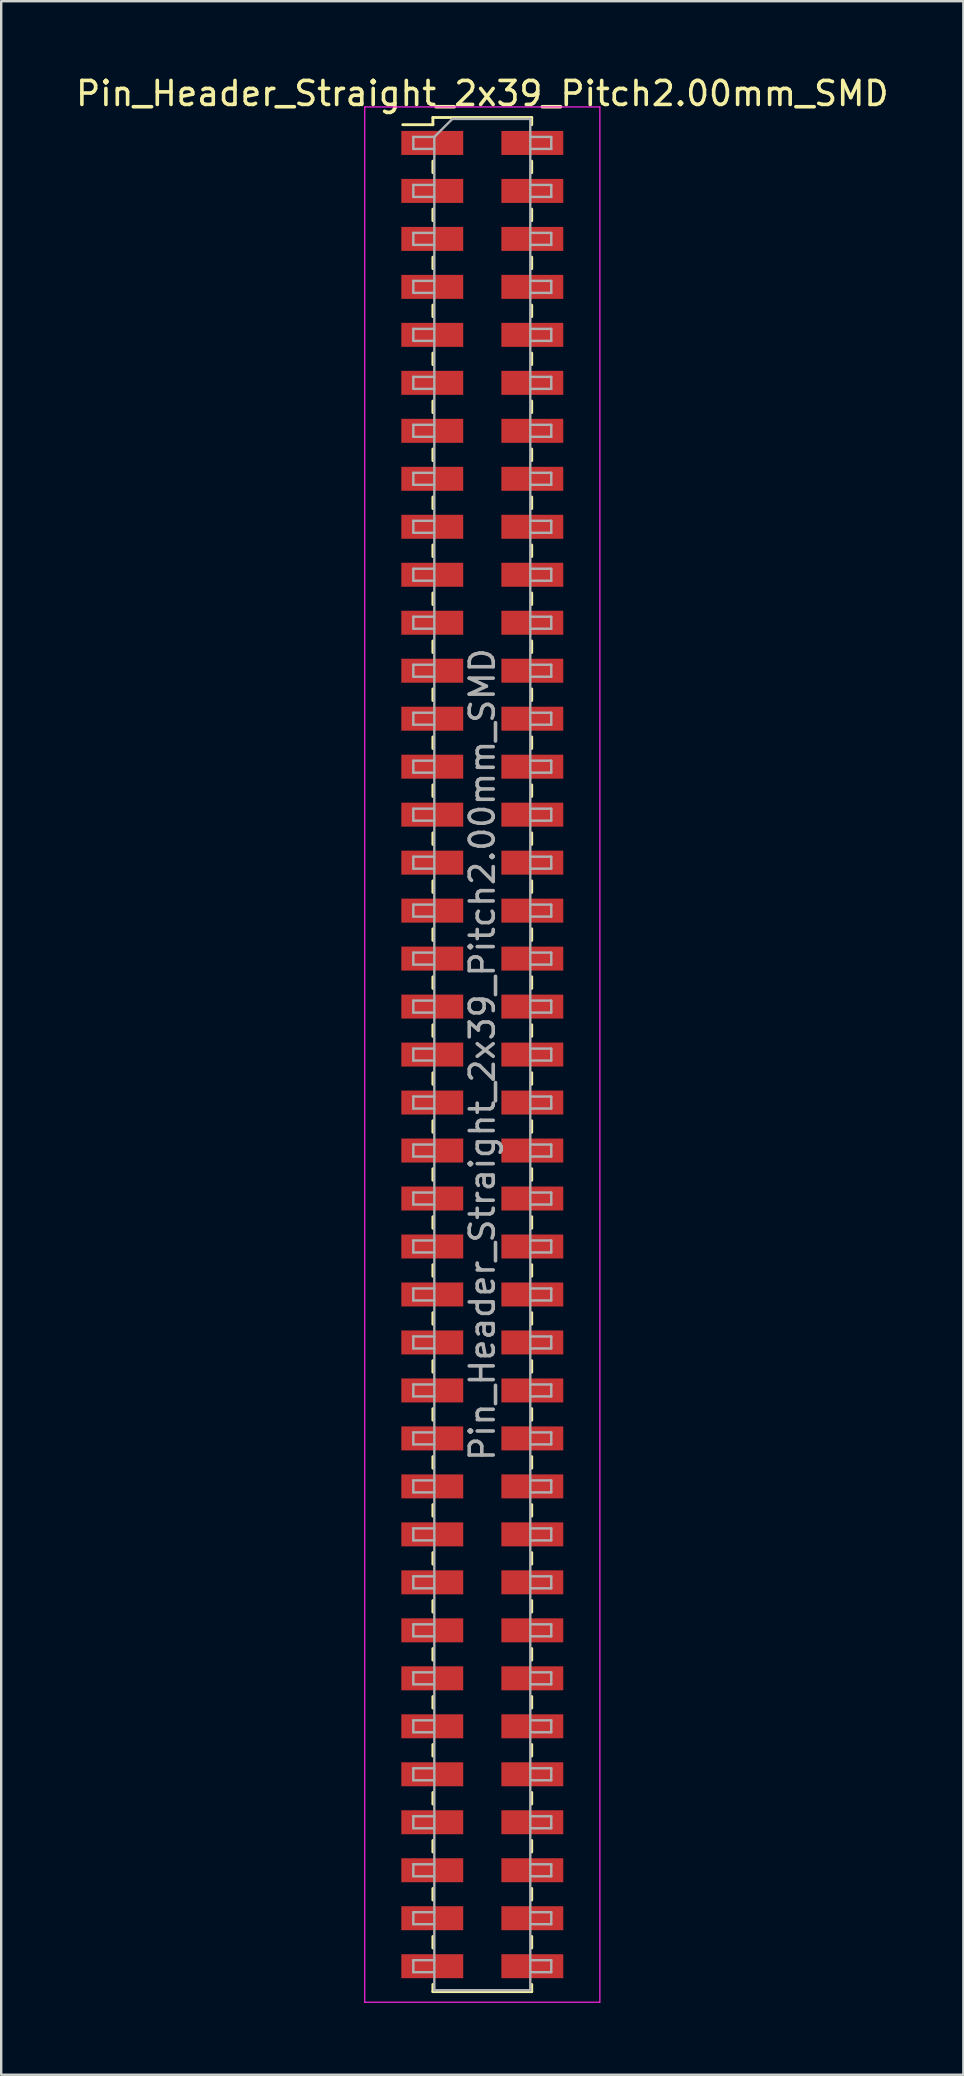
<source format=kicad_pcb>
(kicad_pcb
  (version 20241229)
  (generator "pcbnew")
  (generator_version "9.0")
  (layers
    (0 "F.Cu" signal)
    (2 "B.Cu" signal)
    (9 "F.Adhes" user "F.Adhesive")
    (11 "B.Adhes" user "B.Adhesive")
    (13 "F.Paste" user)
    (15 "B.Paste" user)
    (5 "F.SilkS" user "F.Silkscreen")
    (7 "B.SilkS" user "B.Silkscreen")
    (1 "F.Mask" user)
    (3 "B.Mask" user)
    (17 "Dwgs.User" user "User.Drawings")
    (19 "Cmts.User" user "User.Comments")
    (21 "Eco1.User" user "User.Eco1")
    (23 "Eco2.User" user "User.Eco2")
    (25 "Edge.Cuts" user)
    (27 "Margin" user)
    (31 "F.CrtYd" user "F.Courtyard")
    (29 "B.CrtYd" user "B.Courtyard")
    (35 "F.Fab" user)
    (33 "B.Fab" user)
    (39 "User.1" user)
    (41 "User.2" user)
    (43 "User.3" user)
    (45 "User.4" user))
  (footprint "Pin_Header_Straight_2x39_Pitch2.00mm_SMD"
    (layer "F.Cu")
    (at 17.054 40.908)
    (property "Reference" "Pin_Header_Straight_2x39_Pitch2.00mm_SMD" (at 0 -40.06 0) (layer "F.SilkS") (effects (font (size 1 1) (thickness 0.15))))
    (attr smd)
    (fp_line (start -3.315 -38.76) (end -2.06 -38.76) (stroke (width 0.12) (type solid)) (layer "F.SilkS"))
    (fp_line (start -2.06 -39.06) (end -2.06 -38.76) (stroke (width 0.12) (type solid)) (layer "F.SilkS"))
    (fp_line (start -2.06 -39.06) (end 2.06 -39.06) (stroke (width 0.12) (type solid)) (layer "F.SilkS"))
    (fp_line (start -2.06 -37.24) (end -2.06 -36.76) (stroke (width 0.12) (type solid)) (layer "F.SilkS"))
    (fp_line (start -2.06 -35.24) (end -2.06 -34.76) (stroke (width 0.12) (type solid)) (layer "F.SilkS"))
    (fp_line (start -2.06 -33.24) (end -2.06 -32.76) (stroke (width 0.12) (type solid)) (layer "F.SilkS"))
    (fp_line (start -2.06 -31.24) (end -2.06 -30.76) (stroke (width 0.12) (type solid)) (layer "F.SilkS"))
    (fp_line (start -2.06 -29.24) (end -2.06 -28.76) (stroke (width 0.12) (type solid)) (layer "F.SilkS"))
    (fp_line (start -2.06 -27.24) (end -2.06 -26.76) (stroke (width 0.12) (type solid)) (layer "F.SilkS"))
    (fp_line (start -2.06 -25.24) (end -2.06 -24.76) (stroke (width 0.12) (type solid)) (layer "F.SilkS"))
    (fp_line (start -2.06 -23.24) (end -2.06 -22.76) (stroke (width 0.12) (type solid)) (layer "F.SilkS"))
    (fp_line (start -2.06 -21.24) (end -2.06 -20.76) (stroke (width 0.12) (type solid)) (layer "F.SilkS"))
    (fp_line (start -2.06 -19.24) (end -2.06 -18.76) (stroke (width 0.12) (type solid)) (layer "F.SilkS"))
    (fp_line (start -2.06 -17.24) (end -2.06 -16.76) (stroke (width 0.12) (type solid)) (layer "F.SilkS"))
    (fp_line (start -2.06 -15.24) (end -2.06 -14.76) (stroke (width 0.12) (type solid)) (layer "F.SilkS"))
    (fp_line (start -2.06 -13.24) (end -2.06 -12.76) (stroke (width 0.12) (type solid)) (layer "F.SilkS"))
    (fp_line (start -2.06 -11.24) (end -2.06 -10.76) (stroke (width 0.12) (type solid)) (layer "F.SilkS"))
    (fp_line (start -2.06 -9.24) (end -2.06 -8.76) (stroke (width 0.12) (type solid)) (layer "F.SilkS"))
    (fp_line (start -2.06 -7.24) (end -2.06 -6.76) (stroke (width 0.12) (type solid)) (layer "F.SilkS"))
    (fp_line (start -2.06 -5.24) (end -2.06 -4.76) (stroke (width 0.12) (type solid)) (layer "F.SilkS"))
    (fp_line (start -2.06 -3.24) (end -2.06 -2.76) (stroke (width 0.12) (type solid)) (layer "F.SilkS"))
    (fp_line (start -2.06 -1.24) (end -2.06 -0.76) (stroke (width 0.12) (type solid)) (layer "F.SilkS"))
    (fp_line (start -2.06 0.76) (end -2.06 1.24) (stroke (width 0.12) (type solid)) (layer "F.SilkS"))
    (fp_line (start -2.06 2.76) (end -2.06 3.24) (stroke (width 0.12) (type solid)) (layer "F.SilkS"))
    (fp_line (start -2.06 4.76) (end -2.06 5.24) (stroke (width 0.12) (type solid)) (layer "F.SilkS"))
    (fp_line (start -2.06 6.76) (end -2.06 7.24) (stroke (width 0.12) (type solid)) (layer "F.SilkS"))
    (fp_line (start -2.06 8.76) (end -2.06 9.24) (stroke (width 0.12) (type solid)) (layer "F.SilkS"))
    (fp_line (start -2.06 10.76) (end -2.06 11.24) (stroke (width 0.12) (type solid)) (layer "F.SilkS"))
    (fp_line (start -2.06 12.76) (end -2.06 13.24) (stroke (width 0.12) (type solid)) (layer "F.SilkS"))
    (fp_line (start -2.06 14.76) (end -2.06 15.24) (stroke (width 0.12) (type solid)) (layer "F.SilkS"))
    (fp_line (start -2.06 16.76) (end -2.06 17.24) (stroke (width 0.12) (type solid)) (layer "F.SilkS"))
    (fp_line (start -2.06 18.76) (end -2.06 19.24) (stroke (width 0.12) (type solid)) (layer "F.SilkS"))
    (fp_line (start -2.06 20.76) (end -2.06 21.24) (stroke (width 0.12) (type solid)) (layer "F.SilkS"))
    (fp_line (start -2.06 22.76) (end -2.06 23.24) (stroke (width 0.12) (type solid)) (layer "F.SilkS"))
    (fp_line (start -2.06 24.76) (end -2.06 25.24) (stroke (width 0.12) (type solid)) (layer "F.SilkS"))
    (fp_line (start -2.06 26.76) (end -2.06 27.24) (stroke (width 0.12) (type solid)) (layer "F.SilkS"))
    (fp_line (start -2.06 28.76) (end -2.06 29.24) (stroke (width 0.12) (type solid)) (layer "F.SilkS"))
    (fp_line (start -2.06 30.76) (end -2.06 31.24) (stroke (width 0.12) (type solid)) (layer "F.SilkS"))
    (fp_line (start -2.06 32.76) (end -2.06 33.24) (stroke (width 0.12) (type solid)) (layer "F.SilkS"))
    (fp_line (start -2.06 34.76) (end -2.06 35.24) (stroke (width 0.12) (type solid)) (layer "F.SilkS"))
    (fp_line (start -2.06 36.76) (end -2.06 37.24) (stroke (width 0.12) (type solid)) (layer "F.SilkS"))
    (fp_line (start -2.06 38.76) (end -2.06 39.06) (stroke (width 0.12) (type solid)) (layer "F.SilkS"))
    (fp_line (start -2.06 39.06) (end 2.06 39.06) (stroke (width 0.12) (type solid)) (layer "F.SilkS"))
    (fp_line (start 2.06 -39.06) (end 2.06 -38.76) (stroke (width 0.12) (type solid)) (layer "F.SilkS"))
    (fp_line (start 2.06 -37.24) (end 2.06 -36.76) (stroke (width 0.12) (type solid)) (layer "F.SilkS"))
    (fp_line (start 2.06 -35.24) (end 2.06 -34.76) (stroke (width 0.12) (type solid)) (layer "F.SilkS"))
    (fp_line (start 2.06 -33.24) (end 2.06 -32.76) (stroke (width 0.12) (type solid)) (layer "F.SilkS"))
    (fp_line (start 2.06 -31.24) (end 2.06 -30.76) (stroke (width 0.12) (type solid)) (layer "F.SilkS"))
    (fp_line (start 2.06 -29.24) (end 2.06 -28.76) (stroke (width 0.12) (type solid)) (layer "F.SilkS"))
    (fp_line (start 2.06 -27.24) (end 2.06 -26.76) (stroke (width 0.12) (type solid)) (layer "F.SilkS"))
    (fp_line (start 2.06 -25.24) (end 2.06 -24.76) (stroke (width 0.12) (type solid)) (layer "F.SilkS"))
    (fp_line (start 2.06 -23.24) (end 2.06 -22.76) (stroke (width 0.12) (type solid)) (layer "F.SilkS"))
    (fp_line (start 2.06 -21.24) (end 2.06 -20.76) (stroke (width 0.12) (type solid)) (layer "F.SilkS"))
    (fp_line (start 2.06 -19.24) (end 2.06 -18.76) (stroke (width 0.12) (type solid)) (layer "F.SilkS"))
    (fp_line (start 2.06 -17.24) (end 2.06 -16.76) (stroke (width 0.12) (type solid)) (layer "F.SilkS"))
    (fp_line (start 2.06 -15.24) (end 2.06 -14.76) (stroke (width 0.12) (type solid)) (layer "F.SilkS"))
    (fp_line (start 2.06 -13.24) (end 2.06 -12.76) (stroke (width 0.12) (type solid)) (layer "F.SilkS"))
    (fp_line (start 2.06 -11.24) (end 2.06 -10.76) (stroke (width 0.12) (type solid)) (layer "F.SilkS"))
    (fp_line (start 2.06 -9.24) (end 2.06 -8.76) (stroke (width 0.12) (type solid)) (layer "F.SilkS"))
    (fp_line (start 2.06 -7.24) (end 2.06 -6.76) (stroke (width 0.12) (type solid)) (layer "F.SilkS"))
    (fp_line (start 2.06 -5.24) (end 2.06 -4.76) (stroke (width 0.12) (type solid)) (layer "F.SilkS"))
    (fp_line (start 2.06 -3.24) (end 2.06 -2.76) (stroke (width 0.12) (type solid)) (layer "F.SilkS"))
    (fp_line (start 2.06 -1.24) (end 2.06 -0.76) (stroke (width 0.12) (type solid)) (layer "F.SilkS"))
    (fp_line (start 2.06 0.76) (end 2.06 1.24) (stroke (width 0.12) (type solid)) (layer "F.SilkS"))
    (fp_line (start 2.06 2.76) (end 2.06 3.24) (stroke (width 0.12) (type solid)) (layer "F.SilkS"))
    (fp_line (start 2.06 4.76) (end 2.06 5.24) (stroke (width 0.12) (type solid)) (layer "F.SilkS"))
    (fp_line (start 2.06 6.76) (end 2.06 7.24) (stroke (width 0.12) (type solid)) (layer "F.SilkS"))
    (fp_line (start 2.06 8.76) (end 2.06 9.24) (stroke (width 0.12) (type solid)) (layer "F.SilkS"))
    (fp_line (start 2.06 10.76) (end 2.06 11.24) (stroke (width 0.12) (type solid)) (layer "F.SilkS"))
    (fp_line (start 2.06 12.76) (end 2.06 13.24) (stroke (width 0.12) (type solid)) (layer "F.SilkS"))
    (fp_line (start 2.06 14.76) (end 2.06 15.24) (stroke (width 0.12) (type solid)) (layer "F.SilkS"))
    (fp_line (start 2.06 16.76) (end 2.06 17.24) (stroke (width 0.12) (type solid)) (layer "F.SilkS"))
    (fp_line (start 2.06 18.76) (end 2.06 19.24) (stroke (width 0.12) (type solid)) (layer "F.SilkS"))
    (fp_line (start 2.06 20.76) (end 2.06 21.24) (stroke (width 0.12) (type solid)) (layer "F.SilkS"))
    (fp_line (start 2.06 22.76) (end 2.06 23.24) (stroke (width 0.12) (type solid)) (layer "F.SilkS"))
    (fp_line (start 2.06 24.76) (end 2.06 25.24) (stroke (width 0.12) (type solid)) (layer "F.SilkS"))
    (fp_line (start 2.06 26.76) (end 2.06 27.24) (stroke (width 0.12) (type solid)) (layer "F.SilkS"))
    (fp_line (start 2.06 28.76) (end 2.06 29.24) (stroke (width 0.12) (type solid)) (layer "F.SilkS"))
    (fp_line (start 2.06 30.76) (end 2.06 31.24) (stroke (width 0.12) (type solid)) (layer "F.SilkS"))
    (fp_line (start 2.06 32.76) (end 2.06 33.24) (stroke (width 0.12) (type solid)) (layer "F.SilkS"))
    (fp_line (start 2.06 34.76) (end 2.06 35.24) (stroke (width 0.12) (type solid)) (layer "F.SilkS"))
    (fp_line (start 2.06 36.76) (end 2.06 37.24) (stroke (width 0.12) (type solid)) (layer "F.SilkS"))
    (fp_line (start 2.06 38.76) (end 2.06 39.06) (stroke (width 0.12) (type solid)) (layer "F.SilkS"))
    (fp_line (start -4.9 -39.5) (end -4.9 39.5) (stroke (width 0.05) (type solid)) (layer "F.CrtYd"))
    (fp_line (start -4.9 39.5) (end 4.9 39.5) (stroke (width 0.05) (type solid)) (layer "F.CrtYd"))
    (fp_line (start 4.9 -39.5) (end -4.9 -39.5) (stroke (width 0.05) (type solid)) (layer "F.CrtYd"))
    (fp_line (start 4.9 39.5) (end 4.9 -39.5) (stroke (width 0.05) (type solid)) (layer "F.CrtYd"))
    (fp_line (start -2.875 -38.25) (end -2.875 -37.75) (stroke (width 0.1) (type solid)) (layer "F.Fab"))
    (fp_line (start -2.875 -37.75) (end -2 -37.75) (stroke (width 0.1) (type solid)) (layer "F.Fab"))
    (fp_line (start -2.875 -36.25) (end -2.875 -35.75) (stroke (width 0.1) (type solid)) (layer "F.Fab"))
    (fp_line (start -2.875 -35.75) (end -2 -35.75) (stroke (width 0.1) (type solid)) (layer "F.Fab"))
    (fp_line (start -2.875 -34.25) (end -2.875 -33.75) (stroke (width 0.1) (type solid)) (layer "F.Fab"))
    (fp_line (start -2.875 -33.75) (end -2 -33.75) (stroke (width 0.1) (type solid)) (layer "F.Fab"))
    (fp_line (start -2.875 -32.25) (end -2.875 -31.75) (stroke (width 0.1) (type solid)) (layer "F.Fab"))
    (fp_line (start -2.875 -31.75) (end -2 -31.75) (stroke (width 0.1) (type solid)) (layer "F.Fab"))
    (fp_line (start -2.875 -30.25) (end -2.875 -29.75) (stroke (width 0.1) (type solid)) (layer "F.Fab"))
    (fp_line (start -2.875 -29.75) (end -2 -29.75) (stroke (width 0.1) (type solid)) (layer "F.Fab"))
    (fp_line (start -2.875 -28.25) (end -2.875 -27.75) (stroke (width 0.1) (type solid)) (layer "F.Fab"))
    (fp_line (start -2.875 -27.75) (end -2 -27.75) (stroke (width 0.1) (type solid)) (layer "F.Fab"))
    (fp_line (start -2.875 -26.25) (end -2.875 -25.75) (stroke (width 0.1) (type solid)) (layer "F.Fab"))
    (fp_line (start -2.875 -25.75) (end -2 -25.75) (stroke (width 0.1) (type solid)) (layer "F.Fab"))
    (fp_line (start -2.875 -24.25) (end -2.875 -23.75) (stroke (width 0.1) (type solid)) (layer "F.Fab"))
    (fp_line (start -2.875 -23.75) (end -2 -23.75) (stroke (width 0.1) (type solid)) (layer "F.Fab"))
    (fp_line (start -2.875 -22.25) (end -2.875 -21.75) (stroke (width 0.1) (type solid)) (layer "F.Fab"))
    (fp_line (start -2.875 -21.75) (end -2 -21.75) (stroke (width 0.1) (type solid)) (layer "F.Fab"))
    (fp_line (start -2.875 -20.25) (end -2.875 -19.75) (stroke (width 0.1) (type solid)) (layer "F.Fab"))
    (fp_line (start -2.875 -19.75) (end -2 -19.75) (stroke (width 0.1) (type solid)) (layer "F.Fab"))
    (fp_line (start -2.875 -18.25) (end -2.875 -17.75) (stroke (width 0.1) (type solid)) (layer "F.Fab"))
    (fp_line (start -2.875 -17.75) (end -2 -17.75) (stroke (width 0.1) (type solid)) (layer "F.Fab"))
    (fp_line (start -2.875 -16.25) (end -2.875 -15.75) (stroke (width 0.1) (type solid)) (layer "F.Fab"))
    (fp_line (start -2.875 -15.75) (end -2 -15.75) (stroke (width 0.1) (type solid)) (layer "F.Fab"))
    (fp_line (start -2.875 -14.25) (end -2.875 -13.75) (stroke (width 0.1) (type solid)) (layer "F.Fab"))
    (fp_line (start -2.875 -13.75) (end -2 -13.75) (stroke (width 0.1) (type solid)) (layer "F.Fab"))
    (fp_line (start -2.875 -12.25) (end -2.875 -11.75) (stroke (width 0.1) (type solid)) (layer "F.Fab"))
    (fp_line (start -2.875 -11.75) (end -2 -11.75) (stroke (width 0.1) (type solid)) (layer "F.Fab"))
    (fp_line (start -2.875 -10.25) (end -2.875 -9.75) (stroke (width 0.1) (type solid)) (layer "F.Fab"))
    (fp_line (start -2.875 -9.75) (end -2 -9.75) (stroke (width 0.1) (type solid)) (layer "F.Fab"))
    (fp_line (start -2.875 -8.25) (end -2.875 -7.75) (stroke (width 0.1) (type solid)) (layer "F.Fab"))
    (fp_line (start -2.875 -7.75) (end -2 -7.75) (stroke (width 0.1) (type solid)) (layer "F.Fab"))
    (fp_line (start -2.875 -6.25) (end -2.875 -5.75) (stroke (width 0.1) (type solid)) (layer "F.Fab"))
    (fp_line (start -2.875 -5.75) (end -2 -5.75) (stroke (width 0.1) (type solid)) (layer "F.Fab"))
    (fp_line (start -2.875 -4.25) (end -2.875 -3.75) (stroke (width 0.1) (type solid)) (layer "F.Fab"))
    (fp_line (start -2.875 -3.75) (end -2 -3.75) (stroke (width 0.1) (type solid)) (layer "F.Fab"))
    (fp_line (start -2.875 -2.25) (end -2.875 -1.75) (stroke (width 0.1) (type solid)) (layer "F.Fab"))
    (fp_line (start -2.875 -1.75) (end -2 -1.75) (stroke (width 0.1) (type solid)) (layer "F.Fab"))
    (fp_line (start -2.875 -0.25) (end -2.875 0.25) (stroke (width 0.1) (type solid)) (layer "F.Fab"))
    (fp_line (start -2.875 0.25) (end -2 0.25) (stroke (width 0.1) (type solid)) (layer "F.Fab"))
    (fp_line (start -2.875 1.75) (end -2.875 2.25) (stroke (width 0.1) (type solid)) (layer "F.Fab"))
    (fp_line (start -2.875 2.25) (end -2 2.25) (stroke (width 0.1) (type solid)) (layer "F.Fab"))
    (fp_line (start -2.875 3.75) (end -2.875 4.25) (stroke (width 0.1) (type solid)) (layer "F.Fab"))
    (fp_line (start -2.875 4.25) (end -2 4.25) (stroke (width 0.1) (type solid)) (layer "F.Fab"))
    (fp_line (start -2.875 5.75) (end -2.875 6.25) (stroke (width 0.1) (type solid)) (layer "F.Fab"))
    (fp_line (start -2.875 6.25) (end -2 6.25) (stroke (width 0.1) (type solid)) (layer "F.Fab"))
    (fp_line (start -2.875 7.75) (end -2.875 8.25) (stroke (width 0.1) (type solid)) (layer "F.Fab"))
    (fp_line (start -2.875 8.25) (end -2 8.25) (stroke (width 0.1) (type solid)) (layer "F.Fab"))
    (fp_line (start -2.875 9.75) (end -2.875 10.25) (stroke (width 0.1) (type solid)) (layer "F.Fab"))
    (fp_line (start -2.875 10.25) (end -2 10.25) (stroke (width 0.1) (type solid)) (layer "F.Fab"))
    (fp_line (start -2.875 11.75) (end -2.875 12.25) (stroke (width 0.1) (type solid)) (layer "F.Fab"))
    (fp_line (start -2.875 12.25) (end -2 12.25) (stroke (width 0.1) (type solid)) (layer "F.Fab"))
    (fp_line (start -2.875 13.75) (end -2.875 14.25) (stroke (width 0.1) (type solid)) (layer "F.Fab"))
    (fp_line (start -2.875 14.25) (end -2 14.25) (stroke (width 0.1) (type solid)) (layer "F.Fab"))
    (fp_line (start -2.875 15.75) (end -2.875 16.25) (stroke (width 0.1) (type solid)) (layer "F.Fab"))
    (fp_line (start -2.875 16.25) (end -2 16.25) (stroke (width 0.1) (type solid)) (layer "F.Fab"))
    (fp_line (start -2.875 17.75) (end -2.875 18.25) (stroke (width 0.1) (type solid)) (layer "F.Fab"))
    (fp_line (start -2.875 18.25) (end -2 18.25) (stroke (width 0.1) (type solid)) (layer "F.Fab"))
    (fp_line (start -2.875 19.75) (end -2.875 20.25) (stroke (width 0.1) (type solid)) (layer "F.Fab"))
    (fp_line (start -2.875 20.25) (end -2 20.25) (stroke (width 0.1) (type solid)) (layer "F.Fab"))
    (fp_line (start -2.875 21.75) (end -2.875 22.25) (stroke (width 0.1) (type solid)) (layer "F.Fab"))
    (fp_line (start -2.875 22.25) (end -2 22.25) (stroke (width 0.1) (type solid)) (layer "F.Fab"))
    (fp_line (start -2.875 23.75) (end -2.875 24.25) (stroke (width 0.1) (type solid)) (layer "F.Fab"))
    (fp_line (start -2.875 24.25) (end -2 24.25) (stroke (width 0.1) (type solid)) (layer "F.Fab"))
    (fp_line (start -2.875 25.75) (end -2.875 26.25) (stroke (width 0.1) (type solid)) (layer "F.Fab"))
    (fp_line (start -2.875 26.25) (end -2 26.25) (stroke (width 0.1) (type solid)) (layer "F.Fab"))
    (fp_line (start -2.875 27.75) (end -2.875 28.25) (stroke (width 0.1) (type solid)) (layer "F.Fab"))
    (fp_line (start -2.875 28.25) (end -2 28.25) (stroke (width 0.1) (type solid)) (layer "F.Fab"))
    (fp_line (start -2.875 29.75) (end -2.875 30.25) (stroke (width 0.1) (type solid)) (layer "F.Fab"))
    (fp_line (start -2.875 30.25) (end -2 30.25) (stroke (width 0.1) (type solid)) (layer "F.Fab"))
    (fp_line (start -2.875 31.75) (end -2.875 32.25) (stroke (width 0.1) (type solid)) (layer "F.Fab"))
    (fp_line (start -2.875 32.25) (end -2 32.25) (stroke (width 0.1) (type solid)) (layer "F.Fab"))
    (fp_line (start -2.875 33.75) (end -2.875 34.25) (stroke (width 0.1) (type solid)) (layer "F.Fab"))
    (fp_line (start -2.875 34.25) (end -2 34.25) (stroke (width 0.1) (type solid)) (layer "F.Fab"))
    (fp_line (start -2.875 35.75) (end -2.875 36.25) (stroke (width 0.1) (type solid)) (layer "F.Fab"))
    (fp_line (start -2.875 36.25) (end -2 36.25) (stroke (width 0.1) (type solid)) (layer "F.Fab"))
    (fp_line (start -2.875 37.75) (end -2.875 38.25) (stroke (width 0.1) (type solid)) (layer "F.Fab"))
    (fp_line (start -2.875 38.25) (end -2 38.25) (stroke (width 0.1) (type solid)) (layer "F.Fab"))
    (fp_line (start -2 -38.25) (end -2.875 -38.25) (stroke (width 0.1) (type solid)) (layer "F.Fab"))
    (fp_line (start -2 -38.25) (end -1.25 -39) (stroke (width 0.1) (type solid)) (layer "F.Fab"))
    (fp_line (start -2 -36.25) (end -2.875 -36.25) (stroke (width 0.1) (type solid)) (layer "F.Fab"))
    (fp_line (start -2 -34.25) (end -2.875 -34.25) (stroke (width 0.1) (type solid)) (layer "F.Fab"))
    (fp_line (start -2 -32.25) (end -2.875 -32.25) (stroke (width 0.1) (type solid)) (layer "F.Fab"))
    (fp_line (start -2 -30.25) (end -2.875 -30.25) (stroke (width 0.1) (type solid)) (layer "F.Fab"))
    (fp_line (start -2 -28.25) (end -2.875 -28.25) (stroke (width 0.1) (type solid)) (layer "F.Fab"))
    (fp_line (start -2 -26.25) (end -2.875 -26.25) (stroke (width 0.1) (type solid)) (layer "F.Fab"))
    (fp_line (start -2 -24.25) (end -2.875 -24.25) (stroke (width 0.1) (type solid)) (layer "F.Fab"))
    (fp_line (start -2 -22.25) (end -2.875 -22.25) (stroke (width 0.1) (type solid)) (layer "F.Fab"))
    (fp_line (start -2 -20.25) (end -2.875 -20.25) (stroke (width 0.1) (type solid)) (layer "F.Fab"))
    (fp_line (start -2 -18.25) (end -2.875 -18.25) (stroke (width 0.1) (type solid)) (layer "F.Fab"))
    (fp_line (start -2 -16.25) (end -2.875 -16.25) (stroke (width 0.1) (type solid)) (layer "F.Fab"))
    (fp_line (start -2 -14.25) (end -2.875 -14.25) (stroke (width 0.1) (type solid)) (layer "F.Fab"))
    (fp_line (start -2 -12.25) (end -2.875 -12.25) (stroke (width 0.1) (type solid)) (layer "F.Fab"))
    (fp_line (start -2 -10.25) (end -2.875 -10.25) (stroke (width 0.1) (type solid)) (layer "F.Fab"))
    (fp_line (start -2 -8.25) (end -2.875 -8.25) (stroke (width 0.1) (type solid)) (layer "F.Fab"))
    (fp_line (start -2 -6.25) (end -2.875 -6.25) (stroke (width 0.1) (type solid)) (layer "F.Fab"))
    (fp_line (start -2 -4.25) (end -2.875 -4.25) (stroke (width 0.1) (type solid)) (layer "F.Fab"))
    (fp_line (start -2 -2.25) (end -2.875 -2.25) (stroke (width 0.1) (type solid)) (layer "F.Fab"))
    (fp_line (start -2 -0.25) (end -2.875 -0.25) (stroke (width 0.1) (type solid)) (layer "F.Fab"))
    (fp_line (start -2 1.75) (end -2.875 1.75) (stroke (width 0.1) (type solid)) (layer "F.Fab"))
    (fp_line (start -2 3.75) (end -2.875 3.75) (stroke (width 0.1) (type solid)) (layer "F.Fab"))
    (fp_line (start -2 5.75) (end -2.875 5.75) (stroke (width 0.1) (type solid)) (layer "F.Fab"))
    (fp_line (start -2 7.75) (end -2.875 7.75) (stroke (width 0.1) (type solid)) (layer "F.Fab"))
    (fp_line (start -2 9.75) (end -2.875 9.75) (stroke (width 0.1) (type solid)) (layer "F.Fab"))
    (fp_line (start -2 11.75) (end -2.875 11.75) (stroke (width 0.1) (type solid)) (layer "F.Fab"))
    (fp_line (start -2 13.75) (end -2.875 13.75) (stroke (width 0.1) (type solid)) (layer "F.Fab"))
    (fp_line (start -2 15.75) (end -2.875 15.75) (stroke (width 0.1) (type solid)) (layer "F.Fab"))
    (fp_line (start -2 17.75) (end -2.875 17.75) (stroke (width 0.1) (type solid)) (layer "F.Fab"))
    (fp_line (start -2 19.75) (end -2.875 19.75) (stroke (width 0.1) (type solid)) (layer "F.Fab"))
    (fp_line (start -2 21.75) (end -2.875 21.75) (stroke (width 0.1) (type solid)) (layer "F.Fab"))
    (fp_line (start -2 23.75) (end -2.875 23.75) (stroke (width 0.1) (type solid)) (layer "F.Fab"))
    (fp_line (start -2 25.75) (end -2.875 25.75) (stroke (width 0.1) (type solid)) (layer "F.Fab"))
    (fp_line (start -2 27.75) (end -2.875 27.75) (stroke (width 0.1) (type solid)) (layer "F.Fab"))
    (fp_line (start -2 29.75) (end -2.875 29.75) (stroke (width 0.1) (type solid)) (layer "F.Fab"))
    (fp_line (start -2 31.75) (end -2.875 31.75) (stroke (width 0.1) (type solid)) (layer "F.Fab"))
    (fp_line (start -2 33.75) (end -2.875 33.75) (stroke (width 0.1) (type solid)) (layer "F.Fab"))
    (fp_line (start -2 35.75) (end -2.875 35.75) (stroke (width 0.1) (type solid)) (layer "F.Fab"))
    (fp_line (start -2 37.75) (end -2.875 37.75) (stroke (width 0.1) (type solid)) (layer "F.Fab"))
    (fp_line (start -2 39) (end -2 -38.25) (stroke (width 0.1) (type solid)) (layer "F.Fab"))
    (fp_line (start -1.25 -39) (end 2 -39) (stroke (width 0.1) (type solid)) (layer "F.Fab"))
    (fp_line (start 2 -39) (end 2 39) (stroke (width 0.1) (type solid)) (layer "F.Fab"))
    (fp_line (start 2 -38.25) (end 2.875 -38.25) (stroke (width 0.1) (type solid)) (layer "F.Fab"))
    (fp_line (start 2 -36.25) (end 2.875 -36.25) (stroke (width 0.1) (type solid)) (layer "F.Fab"))
    (fp_line (start 2 -34.25) (end 2.875 -34.25) (stroke (width 0.1) (type solid)) (layer "F.Fab"))
    (fp_line (start 2 -32.25) (end 2.875 -32.25) (stroke (width 0.1) (type solid)) (layer "F.Fab"))
    (fp_line (start 2 -30.25) (end 2.875 -30.25) (stroke (width 0.1) (type solid)) (layer "F.Fab"))
    (fp_line (start 2 -28.25) (end 2.875 -28.25) (stroke (width 0.1) (type solid)) (layer "F.Fab"))
    (fp_line (start 2 -26.25) (end 2.875 -26.25) (stroke (width 0.1) (type solid)) (layer "F.Fab"))
    (fp_line (start 2 -24.25) (end 2.875 -24.25) (stroke (width 0.1) (type solid)) (layer "F.Fab"))
    (fp_line (start 2 -22.25) (end 2.875 -22.25) (stroke (width 0.1) (type solid)) (layer "F.Fab"))
    (fp_line (start 2 -20.25) (end 2.875 -20.25) (stroke (width 0.1) (type solid)) (layer "F.Fab"))
    (fp_line (start 2 -18.25) (end 2.875 -18.25) (stroke (width 0.1) (type solid)) (layer "F.Fab"))
    (fp_line (start 2 -16.25) (end 2.875 -16.25) (stroke (width 0.1) (type solid)) (layer "F.Fab"))
    (fp_line (start 2 -14.25) (end 2.875 -14.25) (stroke (width 0.1) (type solid)) (layer "F.Fab"))
    (fp_line (start 2 -12.25) (end 2.875 -12.25) (stroke (width 0.1) (type solid)) (layer "F.Fab"))
    (fp_line (start 2 -10.25) (end 2.875 -10.25) (stroke (width 0.1) (type solid)) (layer "F.Fab"))
    (fp_line (start 2 -8.25) (end 2.875 -8.25) (stroke (width 0.1) (type solid)) (layer "F.Fab"))
    (fp_line (start 2 -6.25) (end 2.875 -6.25) (stroke (width 0.1) (type solid)) (layer "F.Fab"))
    (fp_line (start 2 -4.25) (end 2.875 -4.25) (stroke (width 0.1) (type solid)) (layer "F.Fab"))
    (fp_line (start 2 -2.25) (end 2.875 -2.25) (stroke (width 0.1) (type solid)) (layer "F.Fab"))
    (fp_line (start 2 -0.25) (end 2.875 -0.25) (stroke (width 0.1) (type solid)) (layer "F.Fab"))
    (fp_line (start 2 1.75) (end 2.875 1.75) (stroke (width 0.1) (type solid)) (layer "F.Fab"))
    (fp_line (start 2 3.75) (end 2.875 3.75) (stroke (width 0.1) (type solid)) (layer "F.Fab"))
    (fp_line (start 2 5.75) (end 2.875 5.75) (stroke (width 0.1) (type solid)) (layer "F.Fab"))
    (fp_line (start 2 7.75) (end 2.875 7.75) (stroke (width 0.1) (type solid)) (layer "F.Fab"))
    (fp_line (start 2 9.75) (end 2.875 9.75) (stroke (width 0.1) (type solid)) (layer "F.Fab"))
    (fp_line (start 2 11.75) (end 2.875 11.75) (stroke (width 0.1) (type solid)) (layer "F.Fab"))
    (fp_line (start 2 13.75) (end 2.875 13.75) (stroke (width 0.1) (type solid)) (layer "F.Fab"))
    (fp_line (start 2 15.75) (end 2.875 15.75) (stroke (width 0.1) (type solid)) (layer "F.Fab"))
    (fp_line (start 2 17.75) (end 2.875 17.75) (stroke (width 0.1) (type solid)) (layer "F.Fab"))
    (fp_line (start 2 19.75) (end 2.875 19.75) (stroke (width 0.1) (type solid)) (layer "F.Fab"))
    (fp_line (start 2 21.75) (end 2.875 21.75) (stroke (width 0.1) (type solid)) (layer "F.Fab"))
    (fp_line (start 2 23.75) (end 2.875 23.75) (stroke (width 0.1) (type solid)) (layer "F.Fab"))
    (fp_line (start 2 25.75) (end 2.875 25.75) (stroke (width 0.1) (type solid)) (layer "F.Fab"))
    (fp_line (start 2 27.75) (end 2.875 27.75) (stroke (width 0.1) (type solid)) (layer "F.Fab"))
    (fp_line (start 2 29.75) (end 2.875 29.75) (stroke (width 0.1) (type solid)) (layer "F.Fab"))
    (fp_line (start 2 31.75) (end 2.875 31.75) (stroke (width 0.1) (type solid)) (layer "F.Fab"))
    (fp_line (start 2 33.75) (end 2.875 33.75) (stroke (width 0.1) (type solid)) (layer "F.Fab"))
    (fp_line (start 2 35.75) (end 2.875 35.75) (stroke (width 0.1) (type solid)) (layer "F.Fab"))
    (fp_line (start 2 37.75) (end 2.875 37.75) (stroke (width 0.1) (type solid)) (layer "F.Fab"))
    (fp_line (start 2 39) (end -2 39) (stroke (width 0.1) (type solid)) (layer "F.Fab"))
    (fp_line (start 2.875 -38.25) (end 2.875 -37.75) (stroke (width 0.1) (type solid)) (layer "F.Fab"))
    (fp_line (start 2.875 -37.75) (end 2 -37.75) (stroke (width 0.1) (type solid)) (layer "F.Fab"))
    (fp_line (start 2.875 -36.25) (end 2.875 -35.75) (stroke (width 0.1) (type solid)) (layer "F.Fab"))
    (fp_line (start 2.875 -35.75) (end 2 -35.75) (stroke (width 0.1) (type solid)) (layer "F.Fab"))
    (fp_line (start 2.875 -34.25) (end 2.875 -33.75) (stroke (width 0.1) (type solid)) (layer "F.Fab"))
    (fp_line (start 2.875 -33.75) (end 2 -33.75) (stroke (width 0.1) (type solid)) (layer "F.Fab"))
    (fp_line (start 2.875 -32.25) (end 2.875 -31.75) (stroke (width 0.1) (type solid)) (layer "F.Fab"))
    (fp_line (start 2.875 -31.75) (end 2 -31.75) (stroke (width 0.1) (type solid)) (layer "F.Fab"))
    (fp_line (start 2.875 -30.25) (end 2.875 -29.75) (stroke (width 0.1) (type solid)) (layer "F.Fab"))
    (fp_line (start 2.875 -29.75) (end 2 -29.75) (stroke (width 0.1) (type solid)) (layer "F.Fab"))
    (fp_line (start 2.875 -28.25) (end 2.875 -27.75) (stroke (width 0.1) (type solid)) (layer "F.Fab"))
    (fp_line (start 2.875 -27.75) (end 2 -27.75) (stroke (width 0.1) (type solid)) (layer "F.Fab"))
    (fp_line (start 2.875 -26.25) (end 2.875 -25.75) (stroke (width 0.1) (type solid)) (layer "F.Fab"))
    (fp_line (start 2.875 -25.75) (end 2 -25.75) (stroke (width 0.1) (type solid)) (layer "F.Fab"))
    (fp_line (start 2.875 -24.25) (end 2.875 -23.75) (stroke (width 0.1) (type solid)) (layer "F.Fab"))
    (fp_line (start 2.875 -23.75) (end 2 -23.75) (stroke (width 0.1) (type solid)) (layer "F.Fab"))
    (fp_line (start 2.875 -22.25) (end 2.875 -21.75) (stroke (width 0.1) (type solid)) (layer "F.Fab"))
    (fp_line (start 2.875 -21.75) (end 2 -21.75) (stroke (width 0.1) (type solid)) (layer "F.Fab"))
    (fp_line (start 2.875 -20.25) (end 2.875 -19.75) (stroke (width 0.1) (type solid)) (layer "F.Fab"))
    (fp_line (start 2.875 -19.75) (end 2 -19.75) (stroke (width 0.1) (type solid)) (layer "F.Fab"))
    (fp_line (start 2.875 -18.25) (end 2.875 -17.75) (stroke (width 0.1) (type solid)) (layer "F.Fab"))
    (fp_line (start 2.875 -17.75) (end 2 -17.75) (stroke (width 0.1) (type solid)) (layer "F.Fab"))
    (fp_line (start 2.875 -16.25) (end 2.875 -15.75) (stroke (width 0.1) (type solid)) (layer "F.Fab"))
    (fp_line (start 2.875 -15.75) (end 2 -15.75) (stroke (width 0.1) (type solid)) (layer "F.Fab"))
    (fp_line (start 2.875 -14.25) (end 2.875 -13.75) (stroke (width 0.1) (type solid)) (layer "F.Fab"))
    (fp_line (start 2.875 -13.75) (end 2 -13.75) (stroke (width 0.1) (type solid)) (layer "F.Fab"))
    (fp_line (start 2.875 -12.25) (end 2.875 -11.75) (stroke (width 0.1) (type solid)) (layer "F.Fab"))
    (fp_line (start 2.875 -11.75) (end 2 -11.75) (stroke (width 0.1) (type solid)) (layer "F.Fab"))
    (fp_line (start 2.875 -10.25) (end 2.875 -9.75) (stroke (width 0.1) (type solid)) (layer "F.Fab"))
    (fp_line (start 2.875 -9.75) (end 2 -9.75) (stroke (width 0.1) (type solid)) (layer "F.Fab"))
    (fp_line (start 2.875 -8.25) (end 2.875 -7.75) (stroke (width 0.1) (type solid)) (layer "F.Fab"))
    (fp_line (start 2.875 -7.75) (end 2 -7.75) (stroke (width 0.1) (type solid)) (layer "F.Fab"))
    (fp_line (start 2.875 -6.25) (end 2.875 -5.75) (stroke (width 0.1) (type solid)) (layer "F.Fab"))
    (fp_line (start 2.875 -5.75) (end 2 -5.75) (stroke (width 0.1) (type solid)) (layer "F.Fab"))
    (fp_line (start 2.875 -4.25) (end 2.875 -3.75) (stroke (width 0.1) (type solid)) (layer "F.Fab"))
    (fp_line (start 2.875 -3.75) (end 2 -3.75) (stroke (width 0.1) (type solid)) (layer "F.Fab"))
    (fp_line (start 2.875 -2.25) (end 2.875 -1.75) (stroke (width 0.1) (type solid)) (layer "F.Fab"))
    (fp_line (start 2.875 -1.75) (end 2 -1.75) (stroke (width 0.1) (type solid)) (layer "F.Fab"))
    (fp_line (start 2.875 -0.25) (end 2.875 0.25) (stroke (width 0.1) (type solid)) (layer "F.Fab"))
    (fp_line (start 2.875 0.25) (end 2 0.25) (stroke (width 0.1) (type solid)) (layer "F.Fab"))
    (fp_line (start 2.875 1.75) (end 2.875 2.25) (stroke (width 0.1) (type solid)) (layer "F.Fab"))
    (fp_line (start 2.875 2.25) (end 2 2.25) (stroke (width 0.1) (type solid)) (layer "F.Fab"))
    (fp_line (start 2.875 3.75) (end 2.875 4.25) (stroke (width 0.1) (type solid)) (layer "F.Fab"))
    (fp_line (start 2.875 4.25) (end 2 4.25) (stroke (width 0.1) (type solid)) (layer "F.Fab"))
    (fp_line (start 2.875 5.75) (end 2.875 6.25) (stroke (width 0.1) (type solid)) (layer "F.Fab"))
    (fp_line (start 2.875 6.25) (end 2 6.25) (stroke (width 0.1) (type solid)) (layer "F.Fab"))
    (fp_line (start 2.875 7.75) (end 2.875 8.25) (stroke (width 0.1) (type solid)) (layer "F.Fab"))
    (fp_line (start 2.875 8.25) (end 2 8.25) (stroke (width 0.1) (type solid)) (layer "F.Fab"))
    (fp_line (start 2.875 9.75) (end 2.875 10.25) (stroke (width 0.1) (type solid)) (layer "F.Fab"))
    (fp_line (start 2.875 10.25) (end 2 10.25) (stroke (width 0.1) (type solid)) (layer "F.Fab"))
    (fp_line (start 2.875 11.75) (end 2.875 12.25) (stroke (width 0.1) (type solid)) (layer "F.Fab"))
    (fp_line (start 2.875 12.25) (end 2 12.25) (stroke (width 0.1) (type solid)) (layer "F.Fab"))
    (fp_line (start 2.875 13.75) (end 2.875 14.25) (stroke (width 0.1) (type solid)) (layer "F.Fab"))
    (fp_line (start 2.875 14.25) (end 2 14.25) (stroke (width 0.1) (type solid)) (layer "F.Fab"))
    (fp_line (start 2.875 15.75) (end 2.875 16.25) (stroke (width 0.1) (type solid)) (layer "F.Fab"))
    (fp_line (start 2.875 16.25) (end 2 16.25) (stroke (width 0.1) (type solid)) (layer "F.Fab"))
    (fp_line (start 2.875 17.75) (end 2.875 18.25) (stroke (width 0.1) (type solid)) (layer "F.Fab"))
    (fp_line (start 2.875 18.25) (end 2 18.25) (stroke (width 0.1) (type solid)) (layer "F.Fab"))
    (fp_line (start 2.875 19.75) (end 2.875 20.25) (stroke (width 0.1) (type solid)) (layer "F.Fab"))
    (fp_line (start 2.875 20.25) (end 2 20.25) (stroke (width 0.1) (type solid)) (layer "F.Fab"))
    (fp_line (start 2.875 21.75) (end 2.875 22.25) (stroke (width 0.1) (type solid)) (layer "F.Fab"))
    (fp_line (start 2.875 22.25) (end 2 22.25) (stroke (width 0.1) (type solid)) (layer "F.Fab"))
    (fp_line (start 2.875 23.75) (end 2.875 24.25) (stroke (width 0.1) (type solid)) (layer "F.Fab"))
    (fp_line (start 2.875 24.25) (end 2 24.25) (stroke (width 0.1) (type solid)) (layer "F.Fab"))
    (fp_line (start 2.875 25.75) (end 2.875 26.25) (stroke (width 0.1) (type solid)) (layer "F.Fab"))
    (fp_line (start 2.875 26.25) (end 2 26.25) (stroke (width 0.1) (type solid)) (layer "F.Fab"))
    (fp_line (start 2.875 27.75) (end 2.875 28.25) (stroke (width 0.1) (type solid)) (layer "F.Fab"))
    (fp_line (start 2.875 28.25) (end 2 28.25) (stroke (width 0.1) (type solid)) (layer "F.Fab"))
    (fp_line (start 2.875 29.75) (end 2.875 30.25) (stroke (width 0.1) (type solid)) (layer "F.Fab"))
    (fp_line (start 2.875 30.25) (end 2 30.25) (stroke (width 0.1) (type solid)) (layer "F.Fab"))
    (fp_line (start 2.875 31.75) (end 2.875 32.25) (stroke (width 0.1) (type solid)) (layer "F.Fab"))
    (fp_line (start 2.875 32.25) (end 2 32.25) (stroke (width 0.1) (type solid)) (layer "F.Fab"))
    (fp_line (start 2.875 33.75) (end 2.875 34.25) (stroke (width 0.1) (type solid)) (layer "F.Fab"))
    (fp_line (start 2.875 34.25) (end 2 34.25) (stroke (width 0.1) (type solid)) (layer "F.Fab"))
    (fp_line (start 2.875 35.75) (end 2.875 36.25) (stroke (width 0.1) (type solid)) (layer "F.Fab"))
    (fp_line (start 2.875 36.25) (end 2 36.25) (stroke (width 0.1) (type solid)) (layer "F.Fab"))
    (fp_line (start 2.875 37.75) (end 2.875 38.25) (stroke (width 0.1) (type solid)) (layer "F.Fab"))
    (fp_line (start 2.875 38.25) (end 2 38.25) (stroke (width 0.1) (type solid)) (layer "F.Fab"))
    (fp_text user "${REFERENCE}" (at 0 0 90) (layer "F.Fab") (effects (font (size 1 1) (thickness 0.15))))
    (pad "1" smd rect (at -2.085 -38) (size 2.58 1) (layers "F.Cu" "F.Mask" "F.Paste"))
    (pad "2" smd rect (at 2.085 -38) (size 2.58 1) (layers "F.Cu" "F.Mask" "F.Paste"))
    (pad "3" smd rect (at -2.085 -36) (size 2.58 1) (layers "F.Cu" "F.Mask" "F.Paste"))
    (pad "4" smd rect (at 2.085 -36) (size 2.58 1) (layers "F.Cu" "F.Mask" "F.Paste"))
    (pad "5" smd rect (at -2.085 -34) (size 2.58 1) (layers "F.Cu" "F.Mask" "F.Paste"))
    (pad "6" smd rect (at 2.085 -34) (size 2.58 1) (layers "F.Cu" "F.Mask" "F.Paste"))
    (pad "7" smd rect (at -2.085 -32) (size 2.58 1) (layers "F.Cu" "F.Mask" "F.Paste"))
    (pad "8" smd rect (at 2.085 -32) (size 2.58 1) (layers "F.Cu" "F.Mask" "F.Paste"))
    (pad "9" smd rect (at -2.085 -30) (size 2.58 1) (layers "F.Cu" "F.Mask" "F.Paste"))
    (pad "10" smd rect (at 2.085 -30) (size 2.58 1) (layers "F.Cu" "F.Mask" "F.Paste"))
    (pad "11" smd rect (at -2.085 -28) (size 2.58 1) (layers "F.Cu" "F.Mask" "F.Paste"))
    (pad "12" smd rect (at 2.085 -28) (size 2.58 1) (layers "F.Cu" "F.Mask" "F.Paste"))
    (pad "13" smd rect (at -2.085 -26) (size 2.58 1) (layers "F.Cu" "F.Mask" "F.Paste"))
    (pad "14" smd rect (at 2.085 -26) (size 2.58 1) (layers "F.Cu" "F.Mask" "F.Paste"))
    (pad "15" smd rect (at -2.085 -24) (size 2.58 1) (layers "F.Cu" "F.Mask" "F.Paste"))
    (pad "16" smd rect (at 2.085 -24) (size 2.58 1) (layers "F.Cu" "F.Mask" "F.Paste"))
    (pad "17" smd rect (at -2.085 -22) (size 2.58 1) (layers "F.Cu" "F.Mask" "F.Paste"))
    (pad "18" smd rect (at 2.085 -22) (size 2.58 1) (layers "F.Cu" "F.Mask" "F.Paste"))
    (pad "19" smd rect (at -2.085 -20) (size 2.58 1) (layers "F.Cu" "F.Mask" "F.Paste"))
    (pad "20" smd rect (at 2.085 -20) (size 2.58 1) (layers "F.Cu" "F.Mask" "F.Paste"))
    (pad "21" smd rect (at -2.085 -18) (size 2.58 1) (layers "F.Cu" "F.Mask" "F.Paste"))
    (pad "22" smd rect (at 2.085 -18) (size 2.58 1) (layers "F.Cu" "F.Mask" "F.Paste"))
    (pad "23" smd rect (at -2.085 -16) (size 2.58 1) (layers "F.Cu" "F.Mask" "F.Paste"))
    (pad "24" smd rect (at 2.085 -16) (size 2.58 1) (layers "F.Cu" "F.Mask" "F.Paste"))
    (pad "25" smd rect (at -2.085 -14) (size 2.58 1) (layers "F.Cu" "F.Mask" "F.Paste"))
    (pad "26" smd rect (at 2.085 -14) (size 2.58 1) (layers "F.Cu" "F.Mask" "F.Paste"))
    (pad "27" smd rect (at -2.085 -12) (size 2.58 1) (layers "F.Cu" "F.Mask" "F.Paste"))
    (pad "28" smd rect (at 2.085 -12) (size 2.58 1) (layers "F.Cu" "F.Mask" "F.Paste"))
    (pad "29" smd rect (at -2.085 -10) (size 2.58 1) (layers "F.Cu" "F.Mask" "F.Paste"))
    (pad "30" smd rect (at 2.085 -10) (size 2.58 1) (layers "F.Cu" "F.Mask" "F.Paste"))
    (pad "31" smd rect (at -2.085 -8) (size 2.58 1) (layers "F.Cu" "F.Mask" "F.Paste"))
    (pad "32" smd rect (at 2.085 -8) (size 2.58 1) (layers "F.Cu" "F.Mask" "F.Paste"))
    (pad "33" smd rect (at -2.085 -6) (size 2.58 1) (layers "F.Cu" "F.Mask" "F.Paste"))
    (pad "34" smd rect (at 2.085 -6) (size 2.58 1) (layers "F.Cu" "F.Mask" "F.Paste"))
    (pad "35" smd rect (at -2.085 -4) (size 2.58 1) (layers "F.Cu" "F.Mask" "F.Paste"))
    (pad "36" smd rect (at 2.085 -4) (size 2.58 1) (layers "F.Cu" "F.Mask" "F.Paste"))
    (pad "37" smd rect (at -2.085 -2) (size 2.58 1) (layers "F.Cu" "F.Mask" "F.Paste"))
    (pad "38" smd rect (at 2.085 -2) (size 2.58 1) (layers "F.Cu" "F.Mask" "F.Paste"))
    (pad "39" smd rect (at -2.085 0) (size 2.58 1) (layers "F.Cu" "F.Mask" "F.Paste"))
    (pad "40" smd rect (at 2.085 0) (size 2.58 1) (layers "F.Cu" "F.Mask" "F.Paste"))
    (pad "41" smd rect (at -2.085 2) (size 2.58 1) (layers "F.Cu" "F.Mask" "F.Paste"))
    (pad "42" smd rect (at 2.085 2) (size 2.58 1) (layers "F.Cu" "F.Mask" "F.Paste"))
    (pad "43" smd rect (at -2.085 4) (size 2.58 1) (layers "F.Cu" "F.Mask" "F.Paste"))
    (pad "44" smd rect (at 2.085 4) (size 2.58 1) (layers "F.Cu" "F.Mask" "F.Paste"))
    (pad "45" smd rect (at -2.085 6) (size 2.58 1) (layers "F.Cu" "F.Mask" "F.Paste"))
    (pad "46" smd rect (at 2.085 6) (size 2.58 1) (layers "F.Cu" "F.Mask" "F.Paste"))
    (pad "47" smd rect (at -2.085 8) (size 2.58 1) (layers "F.Cu" "F.Mask" "F.Paste"))
    (pad "48" smd rect (at 2.085 8) (size 2.58 1) (layers "F.Cu" "F.Mask" "F.Paste"))
    (pad "49" smd rect (at -2.085 10) (size 2.58 1) (layers "F.Cu" "F.Mask" "F.Paste"))
    (pad "50" smd rect (at 2.085 10) (size 2.58 1) (layers "F.Cu" "F.Mask" "F.Paste"))
    (pad "51" smd rect (at -2.085 12) (size 2.58 1) (layers "F.Cu" "F.Mask" "F.Paste"))
    (pad "52" smd rect (at 2.085 12) (size 2.58 1) (layers "F.Cu" "F.Mask" "F.Paste"))
    (pad "53" smd rect (at -2.085 14) (size 2.58 1) (layers "F.Cu" "F.Mask" "F.Paste"))
    (pad "54" smd rect (at 2.085 14) (size 2.58 1) (layers "F.Cu" "F.Mask" "F.Paste"))
    (pad "55" smd rect (at -2.085 16) (size 2.58 1) (layers "F.Cu" "F.Mask" "F.Paste"))
    (pad "56" smd rect (at 2.085 16) (size 2.58 1) (layers "F.Cu" "F.Mask" "F.Paste"))
    (pad "57" smd rect (at -2.085 18) (size 2.58 1) (layers "F.Cu" "F.Mask" "F.Paste"))
    (pad "58" smd rect (at 2.085 18) (size 2.58 1) (layers "F.Cu" "F.Mask" "F.Paste"))
    (pad "59" smd rect (at -2.085 20) (size 2.58 1) (layers "F.Cu" "F.Mask" "F.Paste"))
    (pad "60" smd rect (at 2.085 20) (size 2.58 1) (layers "F.Cu" "F.Mask" "F.Paste"))
    (pad "61" smd rect (at -2.085 22) (size 2.58 1) (layers "F.Cu" "F.Mask" "F.Paste"))
    (pad "62" smd rect (at 2.085 22) (size 2.58 1) (layers "F.Cu" "F.Mask" "F.Paste"))
    (pad "63" smd rect (at -2.085 24) (size 2.58 1) (layers "F.Cu" "F.Mask" "F.Paste"))
    (pad "64" smd rect (at 2.085 24) (size 2.58 1) (layers "F.Cu" "F.Mask" "F.Paste"))
    (pad "65" smd rect (at -2.085 26) (size 2.58 1) (layers "F.Cu" "F.Mask" "F.Paste"))
    (pad "66" smd rect (at 2.085 26) (size 2.58 1) (layers "F.Cu" "F.Mask" "F.Paste"))
    (pad "67" smd rect (at -2.085 28) (size 2.58 1) (layers "F.Cu" "F.Mask" "F.Paste"))
    (pad "68" smd rect (at 2.085 28) (size 2.58 1) (layers "F.Cu" "F.Mask" "F.Paste"))
    (pad "69" smd rect (at -2.085 30) (size 2.58 1) (layers "F.Cu" "F.Mask" "F.Paste"))
    (pad "70" smd rect (at 2.085 30) (size 2.58 1) (layers "F.Cu" "F.Mask" "F.Paste"))
    (pad "71" smd rect (at -2.085 32) (size 2.58 1) (layers "F.Cu" "F.Mask" "F.Paste"))
    (pad "72" smd rect (at 2.085 32) (size 2.58 1) (layers "F.Cu" "F.Mask" "F.Paste"))
    (pad "73" smd rect (at -2.085 34) (size 2.58 1) (layers "F.Cu" "F.Mask" "F.Paste"))
    (pad "74" smd rect (at 2.085 34) (size 2.58 1) (layers "F.Cu" "F.Mask" "F.Paste"))
    (pad "75" smd rect (at -2.085 36) (size 2.58 1) (layers "F.Cu" "F.Mask" "F.Paste"))
    (pad "76" smd rect (at 2.085 36) (size 2.58 1) (layers "F.Cu" "F.Mask" "F.Paste"))
    (pad "77" smd rect (at -2.085 38) (size 2.58 1) (layers "F.Cu" "F.Mask" "F.Paste"))
    (pad "78" smd rect (at 2.085 38) (size 2.58 1) (layers "F.Cu" "F.Mask" "F.Paste")))
  (gr_rect
    (start -3 -3)
    (end 37.107 83.433)
    (stroke (width 0.1) (type default))
    (fill no)
    (layer "Edge.Cuts")))
</source>
